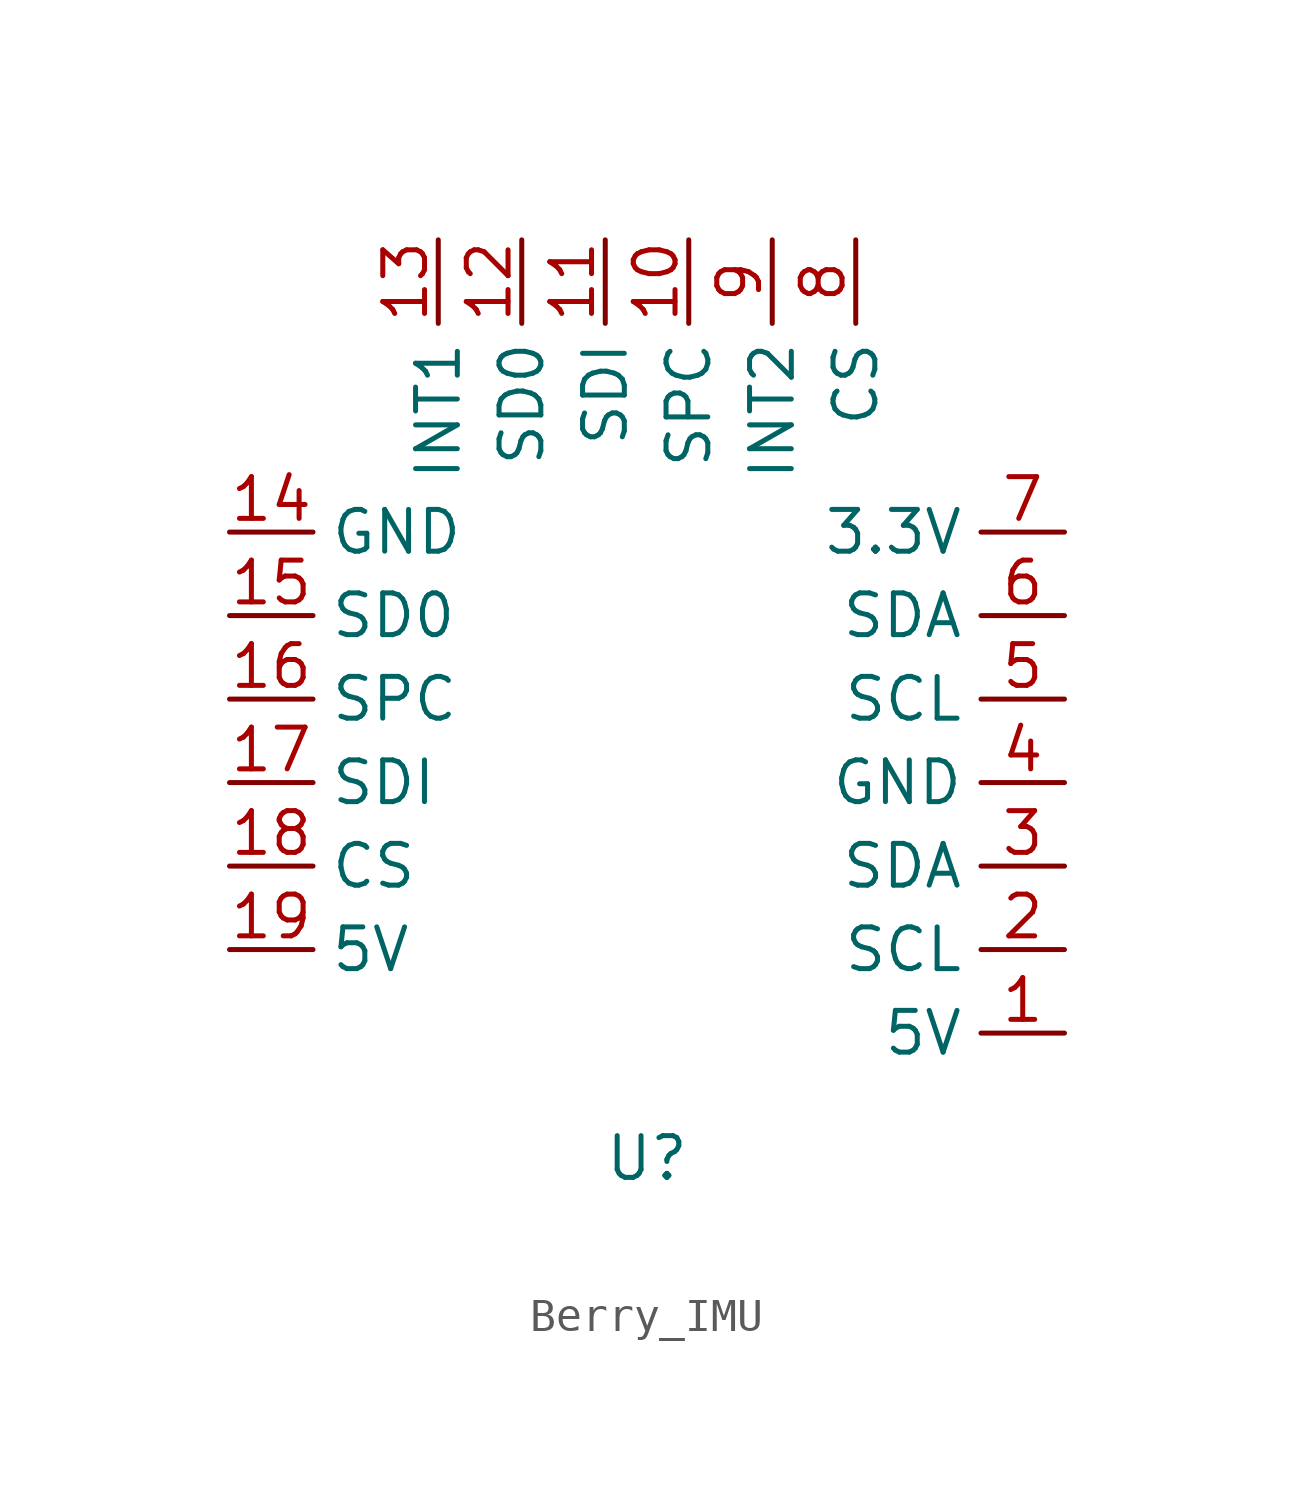
<source format=kicad_sym>
(kicad_symbol_lib
  (version 20231120)
  (generator "kicad_symbol_editor")
  (generator_version "8.0")
  (symbol "Berry_IMU"
    (property "Reference" "U"
      (at 0 -13.97 0)
      (effects (font (size 1.27 1.27))))
    (property "Value" ""
      (at 0 0 0)
      (effects (font (size 1.27 1.27))))
    (symbol "Berry_IMU_1_1"
      (pin input line (at 12.7 -10.16 180) (length 2.54) (name "5V" (effects (font (size 1.27 1.27)))) (number "1" (effects (font (size 1.27 1.27)))))
      (pin input line (at 1.27 13.97 270) (length 2.54) (name "SPC" (effects (font (size 1.27 1.27)))) (number "10" (effects (font (size 1.27 1.27)))))
      (pin input line (at -1.27 13.97 270) (length 2.54) (name "SDI" (effects (font (size 1.27 1.27)))) (number "11" (effects (font (size 1.27 1.27)))))
      (pin input line (at -3.81 13.97 270) (length 2.54) (name "SD0" (effects (font (size 1.27 1.27)))) (number "12" (effects (font (size 1.27 1.27)))))
      (pin input line (at -6.35 13.97 270) (length 2.54) (name "INT1" (effects (font (size 1.27 1.27)))) (number "13" (effects (font (size 1.27 1.27)))))
      (pin input line (at -12.7 5.08 0) (length 2.54) (name "GND" (effects (font (size 1.27 1.27)))) (number "14" (effects (font (size 1.27 1.27)))))
      (pin input line (at -12.7 2.54 0) (length 2.54) (name "SD0" (effects (font (size 1.27 1.27)))) (number "15" (effects (font (size 1.27 1.27)))))
      (pin input line (at -12.7 0 0) (length 2.54) (name "SPC" (effects (font (size 1.27 1.27)))) (number "16" (effects (font (size 1.27 1.27)))))
      (pin input line (at -12.7 -2.54 0) (length 2.54) (name "SDI" (effects (font (size 1.27 1.27)))) (number "17" (effects (font (size 1.27 1.27)))))
      (pin input line (at -12.7 -5.08 0) (length 2.54) (name "CS" (effects (font (size 1.27 1.27)))) (number "18" (effects (font (size 1.27 1.27)))))
      (pin input line (at -12.7 -7.62 0) (length 2.54) (name "5V" (effects (font (size 1.27 1.27)))) (number "19" (effects (font (size 1.27 1.27)))))
      (pin input line (at 12.7 -7.62 180) (length 2.54) (name "SCL" (effects (font (size 1.27 1.27)))) (number "2" (effects (font (size 1.27 1.27)))))
      (pin input line (at 12.7 -5.08 180) (length 2.54) (name "SDA" (effects (font (size 1.27 1.27)))) (number "3" (effects (font (size 1.27 1.27)))))
      (pin input line (at 12.7 -2.54 180) (length 2.54) (name "GND" (effects (font (size 1.27 1.27)))) (number "4" (effects (font (size 1.27 1.27)))))
      (pin input line (at 12.7 0 180) (length 2.54) (name "SCL" (effects (font (size 1.27 1.27)))) (number "5" (effects (font (size 1.27 1.27)))))
      (pin input line (at 12.7 2.54 180) (length 2.54) (name "SDA" (effects (font (size 1.27 1.27)))) (number "6" (effects (font (size 1.27 1.27)))))
      (pin input line (at 12.7 5.08 180) (length 2.54) (name "3.3V" (effects (font (size 1.27 1.27)))) (number "7" (effects (font (size 1.27 1.27)))))
      (pin input line (at 6.35 13.97 270) (length 2.54) (name "CS" (effects (font (size 1.27 1.27)))) (number "8" (effects (font (size 1.27 1.27)))))
      (pin input line (at 3.81 13.97 270) (length 2.54) (name "INT2" (effects (font (size 1.27 1.27)))) (number "9" (effects (font (size 1.27 1.27))))))))
</source>
